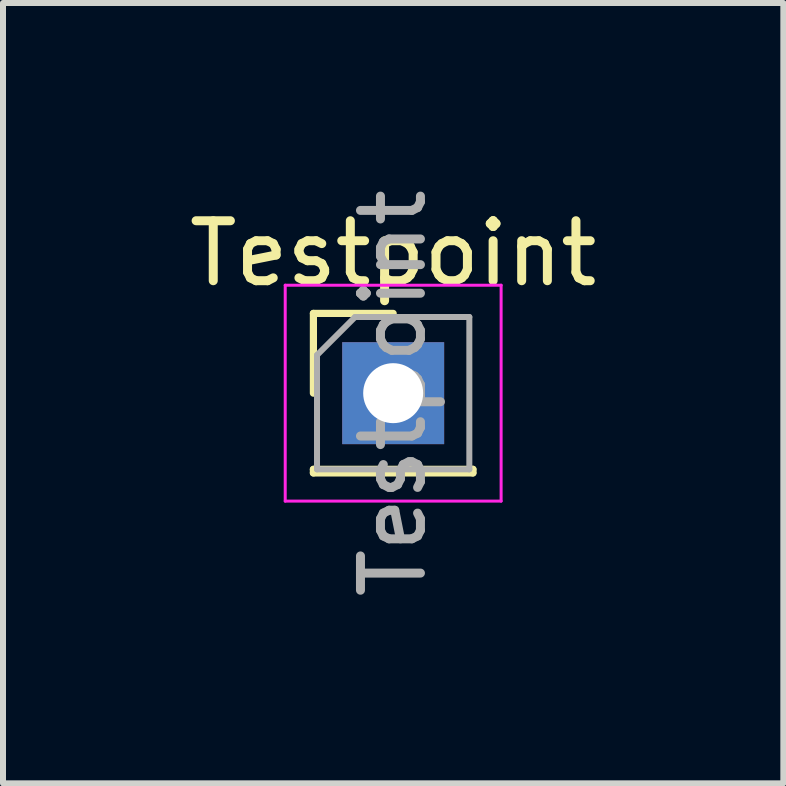
<source format=kicad_pcb>
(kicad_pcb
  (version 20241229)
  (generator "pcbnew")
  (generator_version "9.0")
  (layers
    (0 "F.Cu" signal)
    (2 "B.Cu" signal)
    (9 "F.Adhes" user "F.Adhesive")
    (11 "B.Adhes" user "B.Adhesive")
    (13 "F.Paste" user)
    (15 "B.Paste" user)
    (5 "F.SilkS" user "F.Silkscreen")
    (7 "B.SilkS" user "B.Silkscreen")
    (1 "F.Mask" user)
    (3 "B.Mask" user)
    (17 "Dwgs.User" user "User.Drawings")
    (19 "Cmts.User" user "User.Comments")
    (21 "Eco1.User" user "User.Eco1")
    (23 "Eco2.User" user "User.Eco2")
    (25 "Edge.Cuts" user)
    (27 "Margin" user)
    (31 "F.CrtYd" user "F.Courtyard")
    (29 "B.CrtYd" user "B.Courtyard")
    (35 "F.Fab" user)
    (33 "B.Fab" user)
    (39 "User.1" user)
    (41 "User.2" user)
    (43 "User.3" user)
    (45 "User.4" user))
  (footprint "Testpoint"
    (layer "F.Cu")
    (at 3.506 3.506)
    (property "Reference" "Testpoint" (at 0 -2.33 0) (layer "F.SilkS") (effects (font (size 1 1) (thickness 0.15))))
    (attr through_hole)
    (fp_line (start -1.33 -1.33) (end 0 -1.33) (stroke (width 0.12) (type solid)) (layer "F.SilkS"))
    (fp_line (start -1.33 0) (end -1.33 -1.33) (stroke (width 0.12) (type solid)) (layer "F.SilkS"))
    (fp_line (start -1.33 1.27) (end -1.33 1.33) (stroke (width 0.12) (type solid)) (layer "F.SilkS"))
    (fp_line (start -1.33 1.27) (end 1.33 1.27) (stroke (width 0.12) (type solid)) (layer "F.SilkS"))
    (fp_line (start -1.33 1.33) (end 1.33 1.33) (stroke (width 0.12) (type solid)) (layer "F.SilkS"))
    (fp_line (start 1.33 1.27) (end 1.33 1.33) (stroke (width 0.12) (type solid)) (layer "F.SilkS"))
    (fp_line (start -1.8 -1.8) (end -1.8 1.8) (stroke (width 0.05) (type solid)) (layer "F.CrtYd"))
    (fp_line (start -1.8 1.8) (end 1.8 1.8) (stroke (width 0.05) (type solid)) (layer "F.CrtYd"))
    (fp_line (start 1.8 -1.8) (end -1.8 -1.8) (stroke (width 0.05) (type solid)) (layer "F.CrtYd"))
    (fp_line (start 1.8 1.8) (end 1.8 -1.8) (stroke (width 0.05) (type solid)) (layer "F.CrtYd"))
    (fp_line (start -1.27 -0.635) (end -0.635 -1.27) (stroke (width 0.1) (type solid)) (layer "F.Fab"))
    (fp_line (start -1.27 1.27) (end -1.27 -0.635) (stroke (width 0.1) (type solid)) (layer "F.Fab"))
    (fp_line (start -0.635 -1.27) (end 1.27 -1.27) (stroke (width 0.1) (type solid)) (layer "F.Fab"))
    (fp_line (start 1.27 -1.27) (end 1.27 1.27) (stroke (width 0.1) (type solid)) (layer "F.Fab"))
    (fp_line (start 1.27 1.27) (end -1.27 1.27) (stroke (width 0.1) (type solid)) (layer "F.Fab"))
    (fp_text user "${REFERENCE}" (at 0 0 90) (layer "F.Fab") (effects (font (size 1 1) (thickness 0.15))))
    (pad "1" thru_hole rect (at 0 0) (size 1.7 1.7) (drill 1) (layers "*.Cu" "*.Mask")))
  (gr_rect
    (start -3 -3)
    (end 10.012 10.012)
    (stroke (width 0.1) (type default))
    (fill no)
    (layer "Edge.Cuts")))
</source>
